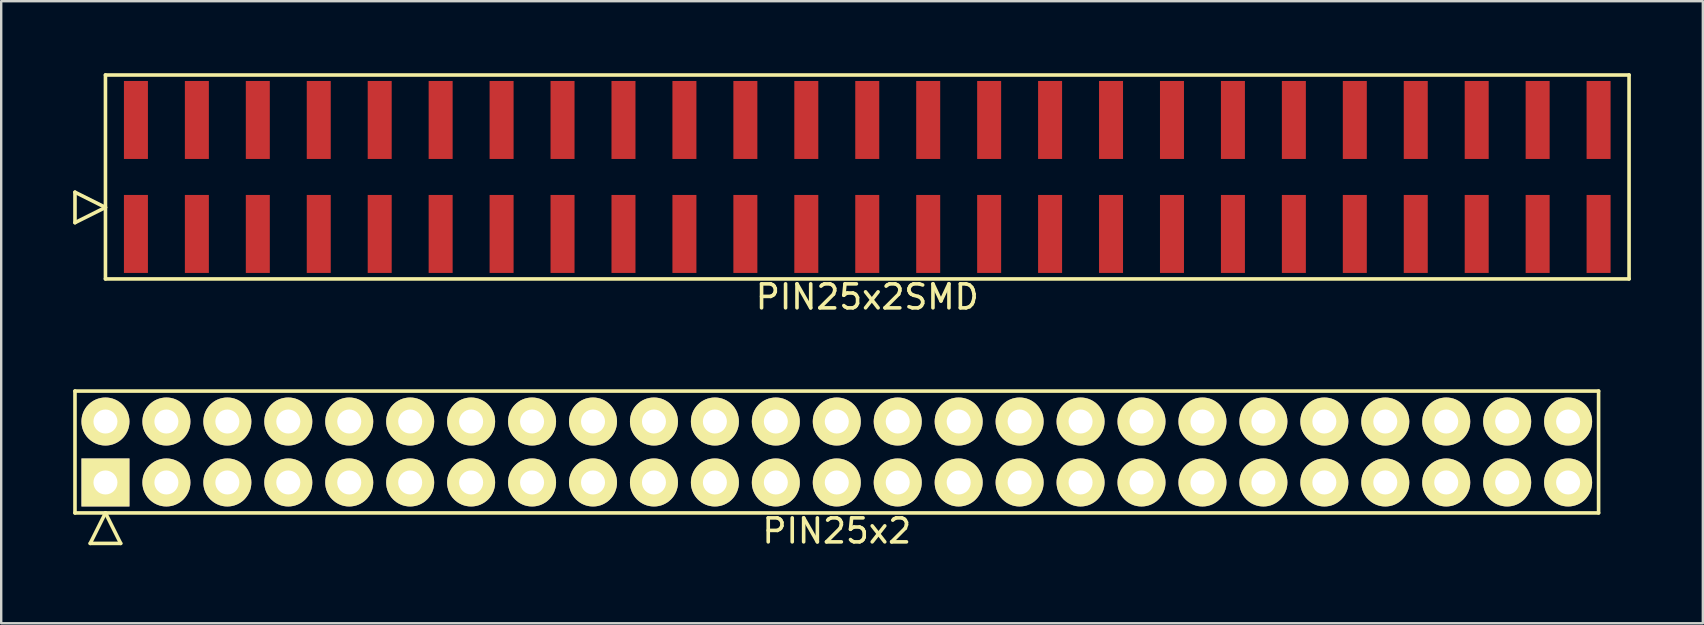
<source format=kicad_pcb>
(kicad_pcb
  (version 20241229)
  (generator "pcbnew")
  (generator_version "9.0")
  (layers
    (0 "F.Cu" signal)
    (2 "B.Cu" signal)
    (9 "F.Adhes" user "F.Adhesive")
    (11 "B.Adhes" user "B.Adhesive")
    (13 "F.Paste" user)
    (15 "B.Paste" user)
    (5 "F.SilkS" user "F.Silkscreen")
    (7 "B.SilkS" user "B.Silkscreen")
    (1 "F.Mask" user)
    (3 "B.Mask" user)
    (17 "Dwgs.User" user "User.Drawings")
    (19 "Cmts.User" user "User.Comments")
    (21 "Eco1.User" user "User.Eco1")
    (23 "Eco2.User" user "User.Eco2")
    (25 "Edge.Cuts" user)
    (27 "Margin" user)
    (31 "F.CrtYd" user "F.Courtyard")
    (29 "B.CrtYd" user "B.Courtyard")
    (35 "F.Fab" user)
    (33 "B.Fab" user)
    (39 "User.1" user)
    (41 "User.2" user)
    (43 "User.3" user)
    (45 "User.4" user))
  (footprint "PIN25x2SMD"
    (layer "F.Cu")
    (at 33.095 4.325)
    (property "Reference" "PIN25x2SMD" (at 0 5 0) (layer "F.SilkS") (effects (font (size 1 1) (thickness 0.15))))
    (attr through_hole)
    (fp_line (start -33.02 1.905) (end -33.02 0.635) (stroke (width 0.15) (type solid)) (layer "F.SilkS"))
    (fp_line (start -31.75 -4.25) (end -31.75 4.25) (stroke (width 0.15) (type solid)) (layer "F.SilkS"))
    (fp_line (start -31.75 1.27) (end -33.02 0.635) (stroke (width 0.15) (type solid)) (layer "F.SilkS"))
    (fp_line (start -31.75 1.27) (end -33.02 1.905) (stroke (width 0.15) (type solid)) (layer "F.SilkS"))
    (fp_line (start -31.75 4.25) (end 31.75 4.25) (stroke (width 0.15) (type solid)) (layer "F.SilkS"))
    (fp_line (start 31.75 -4.25) (end -31.75 -4.25) (stroke (width 0.15) (type solid)) (layer "F.SilkS"))
    (fp_line (start 31.75 4.25) (end 31.75 -4.25) (stroke (width 0.15) (type solid)) (layer "F.SilkS"))
    (pad "1" smd rect (at -30.48 2.375) (size 1 3.25) (layers "F.Cu" "F.Mask" "F.Paste"))
    (pad "2" smd rect (at -30.48 -2.375) (size 1 3.25) (layers "F.Cu" "F.Mask" "F.Paste"))
    (pad "3" smd rect (at -27.94 2.375) (size 1 3.25) (layers "F.Cu" "F.Mask" "F.Paste"))
    (pad "4" smd rect (at -27.94 -2.375) (size 1 3.25) (layers "F.Cu" "F.Mask" "F.Paste"))
    (pad "5" smd rect (at -25.4 2.375) (size 1 3.25) (layers "F.Cu" "F.Mask" "F.Paste"))
    (pad "6" smd rect (at -25.4 -2.375) (size 1 3.25) (layers "F.Cu" "F.Mask" "F.Paste"))
    (pad "7" smd rect (at -22.86 2.375) (size 1 3.25) (layers "F.Cu" "F.Mask" "F.Paste"))
    (pad "8" smd rect (at -22.86 -2.375) (size 1 3.25) (layers "F.Cu" "F.Mask" "F.Paste"))
    (pad "9" smd rect (at -20.32 2.375) (size 1 3.25) (layers "F.Cu" "F.Mask" "F.Paste"))
    (pad "10" smd rect (at -20.32 -2.375) (size 1 3.25) (layers "F.Cu" "F.Mask" "F.Paste"))
    (pad "11" smd rect (at -17.78 2.375) (size 1 3.25) (layers "F.Cu" "F.Mask" "F.Paste"))
    (pad "12" smd rect (at -17.78 -2.375) (size 1 3.25) (layers "F.Cu" "F.Mask" "F.Paste"))
    (pad "13" smd rect (at -15.24 2.375) (size 1 3.25) (layers "F.Cu" "F.Mask" "F.Paste"))
    (pad "14" smd rect (at -15.24 -2.375) (size 1 3.25) (layers "F.Cu" "F.Mask" "F.Paste"))
    (pad "15" smd rect (at -12.7 2.375) (size 1 3.25) (layers "F.Cu" "F.Mask" "F.Paste"))
    (pad "16" smd rect (at -12.7 -2.375) (size 1 3.25) (layers "F.Cu" "F.Mask" "F.Paste"))
    (pad "17" smd rect (at -10.16 2.375) (size 1 3.25) (layers "F.Cu" "F.Mask" "F.Paste"))
    (pad "18" smd rect (at -10.16 -2.375) (size 1 3.25) (layers "F.Cu" "F.Mask" "F.Paste"))
    (pad "19" smd rect (at -7.62 2.375) (size 1 3.25) (layers "F.Cu" "F.Mask" "F.Paste"))
    (pad "20" smd rect (at -7.62 -2.375) (size 1 3.25) (layers "F.Cu" "F.Mask" "F.Paste"))
    (pad "21" smd rect (at -5.08 2.375) (size 1 3.25) (layers "F.Cu" "F.Mask" "F.Paste"))
    (pad "22" smd rect (at -5.08 -2.375) (size 1 3.25) (layers "F.Cu" "F.Mask" "F.Paste"))
    (pad "23" smd rect (at -2.54 2.375) (size 1 3.25) (layers "F.Cu" "F.Mask" "F.Paste"))
    (pad "24" smd rect (at -2.54 -2.375) (size 1 3.25) (layers "F.Cu" "F.Mask" "F.Paste"))
    (pad "25" smd rect (at 0 2.375) (size 1 3.25) (layers "F.Cu" "F.Mask" "F.Paste"))
    (pad "26" smd rect (at 0 -2.375) (size 1 3.25) (layers "F.Cu" "F.Mask" "F.Paste"))
    (pad "27" smd rect (at 2.54 2.375) (size 1 3.25) (layers "F.Cu" "F.Mask" "F.Paste"))
    (pad "28" smd rect (at 2.54 -2.375) (size 1 3.25) (layers "F.Cu" "F.Mask" "F.Paste"))
    (pad "29" smd rect (at 5.08 2.375) (size 1 3.25) (layers "F.Cu" "F.Mask" "F.Paste"))
    (pad "30" smd rect (at 5.08 -2.375) (size 1 3.25) (layers "F.Cu" "F.Mask" "F.Paste"))
    (pad "31" smd rect (at 7.62 2.375) (size 1 3.25) (layers "F.Cu" "F.Mask" "F.Paste"))
    (pad "32" smd rect (at 7.62 -2.375) (size 1 3.25) (layers "F.Cu" "F.Mask" "F.Paste"))
    (pad "33" smd rect (at 10.16 2.375) (size 1 3.25) (layers "F.Cu" "F.Mask" "F.Paste"))
    (pad "34" smd rect (at 10.16 -2.375) (size 1 3.25) (layers "F.Cu" "F.Mask" "F.Paste"))
    (pad "35" smd rect (at 12.7 2.375) (size 1 3.25) (layers "F.Cu" "F.Mask" "F.Paste"))
    (pad "36" smd rect (at 12.7 -2.375) (size 1 3.25) (layers "F.Cu" "F.Mask" "F.Paste"))
    (pad "37" smd rect (at 15.24 2.375) (size 1 3.25) (layers "F.Cu" "F.Mask" "F.Paste"))
    (pad "38" smd rect (at 15.24 -2.375) (size 1 3.25) (layers "F.Cu" "F.Mask" "F.Paste"))
    (pad "39" smd rect (at 17.78 2.375) (size 1 3.25) (layers "F.Cu" "F.Mask" "F.Paste"))
    (pad "40" smd rect (at 17.78 -2.375) (size 1 3.25) (layers "F.Cu" "F.Mask" "F.Paste"))
    (pad "41" smd rect (at 20.32 2.375) (size 1 3.25) (layers "F.Cu" "F.Mask" "F.Paste"))
    (pad "42" smd rect (at 20.32 -2.375) (size 1 3.25) (layers "F.Cu" "F.Mask" "F.Paste"))
    (pad "43" smd rect (at 22.86 2.375) (size 1 3.25) (layers "F.Cu" "F.Mask" "F.Paste"))
    (pad "44" smd rect (at 22.86 -2.375) (size 1 3.25) (layers "F.Cu" "F.Mask" "F.Paste"))
    (pad "45" smd rect (at 25.4 2.375) (size 1 3.25) (layers "F.Cu" "F.Mask" "F.Paste"))
    (pad "46" smd rect (at 25.4 -2.375) (size 1 3.25) (layers "F.Cu" "F.Mask" "F.Paste"))
    (pad "47" smd rect (at 27.94 2.375) (size 1 3.25) (layers "F.Cu" "F.Mask" "F.Paste"))
    (pad "48" smd rect (at 27.94 -2.375) (size 1 3.25) (layers "F.Cu" "F.Mask" "F.Paste"))
    (pad "49" smd rect (at 30.48 2.375) (size 1 3.25) (layers "F.Cu" "F.Mask" "F.Paste"))
    (pad "50" smd rect (at 30.48 -2.375) (size 1 3.25) (layers "F.Cu" "F.Mask" "F.Paste")))
  (footprint "PIN25x2"
    (layer "F.Cu")
    (at 31.825 15.788)
    (property "Reference" "PIN25x2" (at 0 3.29 0) (layer "F.SilkS") (effects (font (size 1 1) (thickness 0.15))))
    (attr through_hole)
    (fp_line (start -31.75 -2.54) (end -31.75 2.54) (stroke (width 0.15) (type solid)) (layer "F.SilkS"))
    (fp_line (start -31.75 2.54) (end 31.75 2.54) (stroke (width 0.15) (type solid)) (layer "F.SilkS"))
    (fp_line (start -31.115 3.81) (end -30.48 2.54) (stroke (width 0.15) (type solid)) (layer "F.SilkS"))
    (fp_line (start -31.115 3.81) (end -29.845 3.81) (stroke (width 0.15) (type solid)) (layer "F.SilkS"))
    (fp_line (start -29.845 3.81) (end -30.48 2.54) (stroke (width 0.15) (type solid)) (layer "F.SilkS"))
    (fp_line (start 31.75 -2.54) (end -31.75 -2.54) (stroke (width 0.15) (type solid)) (layer "F.SilkS"))
    (fp_line (start 31.75 2.54) (end 31.75 -2.54) (stroke (width 0.15) (type solid)) (layer "F.SilkS"))
    (pad "1" thru_hole rect (at -30.48 1.27) (size 2 2) (drill 1) (layers "*.Cu" "*.Mask" "F.SilkS"))
    (pad "2" thru_hole oval (at -30.48 -1.27) (size 2 2) (drill 1) (layers "*.Cu" "*.Mask" "F.SilkS"))
    (pad "3" thru_hole oval (at -27.94 1.27) (size 2 2) (drill 1) (layers "*.Cu" "*.Mask" "F.SilkS"))
    (pad "4" thru_hole oval (at -27.94 -1.27) (size 2 2) (drill 1) (layers "*.Cu" "*.Mask" "F.SilkS"))
    (pad "5" thru_hole oval (at -25.4 1.27) (size 2 2) (drill 1) (layers "*.Cu" "*.Mask" "F.SilkS"))
    (pad "6" thru_hole oval (at -25.4 -1.27) (size 2 2) (drill 1) (layers "*.Cu" "*.Mask" "F.SilkS"))
    (pad "7" thru_hole oval (at -22.86 1.27) (size 2 2) (drill 1) (layers "*.Cu" "*.Mask" "F.SilkS"))
    (pad "8" thru_hole oval (at -22.86 -1.27) (size 2 2) (drill 1) (layers "*.Cu" "*.Mask" "F.SilkS"))
    (pad "9" thru_hole oval (at -20.32 1.27) (size 2 2) (drill 1) (layers "*.Cu" "*.Mask" "F.SilkS"))
    (pad "10" thru_hole oval (at -20.32 -1.27) (size 2 2) (drill 1) (layers "*.Cu" "*.Mask" "F.SilkS"))
    (pad "11" thru_hole oval (at -17.78 1.27) (size 2 2) (drill 1) (layers "*.Cu" "*.Mask" "F.SilkS"))
    (pad "12" thru_hole oval (at -17.78 -1.27) (size 2 2) (drill 1) (layers "*.Cu" "*.Mask" "F.SilkS"))
    (pad "13" thru_hole oval (at -15.24 1.27) (size 2 2) (drill 1) (layers "*.Cu" "*.Mask" "F.SilkS"))
    (pad "14" thru_hole oval (at -15.24 -1.27) (size 2 2) (drill 1) (layers "*.Cu" "*.Mask" "F.SilkS"))
    (pad "15" thru_hole oval (at -12.7 1.27) (size 2 2) (drill 1) (layers "*.Cu" "*.Mask" "F.SilkS"))
    (pad "16" thru_hole oval (at -12.7 -1.27) (size 2 2) (drill 1) (layers "*.Cu" "*.Mask" "F.SilkS"))
    (pad "17" thru_hole oval (at -10.16 1.27) (size 2 2) (drill 1) (layers "*.Cu" "*.Mask" "F.SilkS"))
    (pad "18" thru_hole oval (at -10.16 -1.27) (size 2 2) (drill 1) (layers "*.Cu" "*.Mask" "F.SilkS"))
    (pad "19" thru_hole oval (at -7.62 1.27) (size 2 2) (drill 1) (layers "*.Cu" "*.Mask" "F.SilkS"))
    (pad "20" thru_hole oval (at -7.62 -1.27) (size 2 2) (drill 1) (layers "*.Cu" "*.Mask" "F.SilkS"))
    (pad "21" thru_hole oval (at -5.08 1.27) (size 2 2) (drill 1) (layers "*.Cu" "*.Mask" "F.SilkS"))
    (pad "22" thru_hole oval (at -5.08 -1.27) (size 2 2) (drill 1) (layers "*.Cu" "*.Mask" "F.SilkS"))
    (pad "23" thru_hole oval (at -2.54 1.27) (size 2 2) (drill 1) (layers "*.Cu" "*.Mask" "F.SilkS"))
    (pad "24" thru_hole oval (at -2.54 -1.27) (size 2 2) (drill 1) (layers "*.Cu" "*.Mask" "F.SilkS"))
    (pad "25" thru_hole oval (at 0 1.27) (size 2 2) (drill 1) (layers "*.Cu" "*.Mask" "F.SilkS"))
    (pad "26" thru_hole oval (at 0 -1.27) (size 2 2) (drill 1) (layers "*.Cu" "*.Mask" "F.SilkS"))
    (pad "27" thru_hole oval (at 2.54 1.27) (size 2 2) (drill 1) (layers "*.Cu" "*.Mask" "F.SilkS"))
    (pad "28" thru_hole oval (at 2.54 -1.27) (size 2 2) (drill 1) (layers "*.Cu" "*.Mask" "F.SilkS"))
    (pad "29" thru_hole oval (at 5.08 1.27) (size 2 2) (drill 1) (layers "*.Cu" "*.Mask" "F.SilkS"))
    (pad "30" thru_hole oval (at 5.08 -1.27) (size 2 2) (drill 1) (layers "*.Cu" "*.Mask" "F.SilkS"))
    (pad "31" thru_hole oval (at 7.62 1.27) (size 2 2) (drill 1) (layers "*.Cu" "*.Mask" "F.SilkS"))
    (pad "32" thru_hole oval (at 7.62 -1.27) (size 2 2) (drill 1) (layers "*.Cu" "*.Mask" "F.SilkS"))
    (pad "33" thru_hole oval (at 10.16 1.27) (size 2 2) (drill 1) (layers "*.Cu" "*.Mask" "F.SilkS"))
    (pad "34" thru_hole oval (at 10.16 -1.27) (size 2 2) (drill 1) (layers "*.Cu" "*.Mask" "F.SilkS"))
    (pad "35" thru_hole oval (at 12.7 1.27) (size 2 2) (drill 1) (layers "*.Cu" "*.Mask" "F.SilkS"))
    (pad "36" thru_hole oval (at 12.7 -1.27) (size 2 2) (drill 1) (layers "*.Cu" "*.Mask" "F.SilkS"))
    (pad "37" thru_hole oval (at 15.24 1.27) (size 2 2) (drill 1) (layers "*.Cu" "*.Mask" "F.SilkS"))
    (pad "38" thru_hole oval (at 15.24 -1.27) (size 2 2) (drill 1) (layers "*.Cu" "*.Mask" "F.SilkS"))
    (pad "39" thru_hole oval (at 17.78 1.27) (size 2 2) (drill 1) (layers "*.Cu" "*.Mask" "F.SilkS"))
    (pad "40" thru_hole oval (at 17.78 -1.27) (size 2 2) (drill 1) (layers "*.Cu" "*.Mask" "F.SilkS"))
    (pad "41" thru_hole oval (at 20.32 1.27) (size 2 2) (drill 1) (layers "*.Cu" "*.Mask" "F.SilkS"))
    (pad "42" thru_hole oval (at 20.32 -1.27) (size 2 2) (drill 1) (layers "*.Cu" "*.Mask" "F.SilkS"))
    (pad "43" thru_hole oval (at 22.86 1.27) (size 2 2) (drill 1) (layers "*.Cu" "*.Mask" "F.SilkS"))
    (pad "44" thru_hole oval (at 22.86 -1.27) (size 2 2) (drill 1) (layers "*.Cu" "*.Mask" "F.SilkS"))
    (pad "45" thru_hole oval (at 25.4 1.27) (size 2 2) (drill 1) (layers "*.Cu" "*.Mask" "F.SilkS"))
    (pad "46" thru_hole oval (at 25.4 -1.27) (size 2 2) (drill 1) (layers "*.Cu" "*.Mask" "F.SilkS"))
    (pad "47" thru_hole oval (at 27.94 1.27) (size 2 2) (drill 1) (layers "*.Cu" "*.Mask" "F.SilkS"))
    (pad "48" thru_hole oval (at 27.94 -1.27) (size 2 2) (drill 1) (layers "*.Cu" "*.Mask" "F.SilkS"))
    (pad "49" thru_hole oval (at 30.48 1.27) (size 2 2) (drill 1) (layers "*.Cu" "*.Mask" "F.SilkS"))
    (pad "50" thru_hole oval (at 30.48 -1.27) (size 2 2) (drill 1) (layers "*.Cu" "*.Mask" "F.SilkS")))
  (gr_rect
    (start -3 -3)
    (end 67.92 22.927)
    (stroke (width 0.1) (type default))
    (fill no)
    (layer "Edge.Cuts")))
</source>
